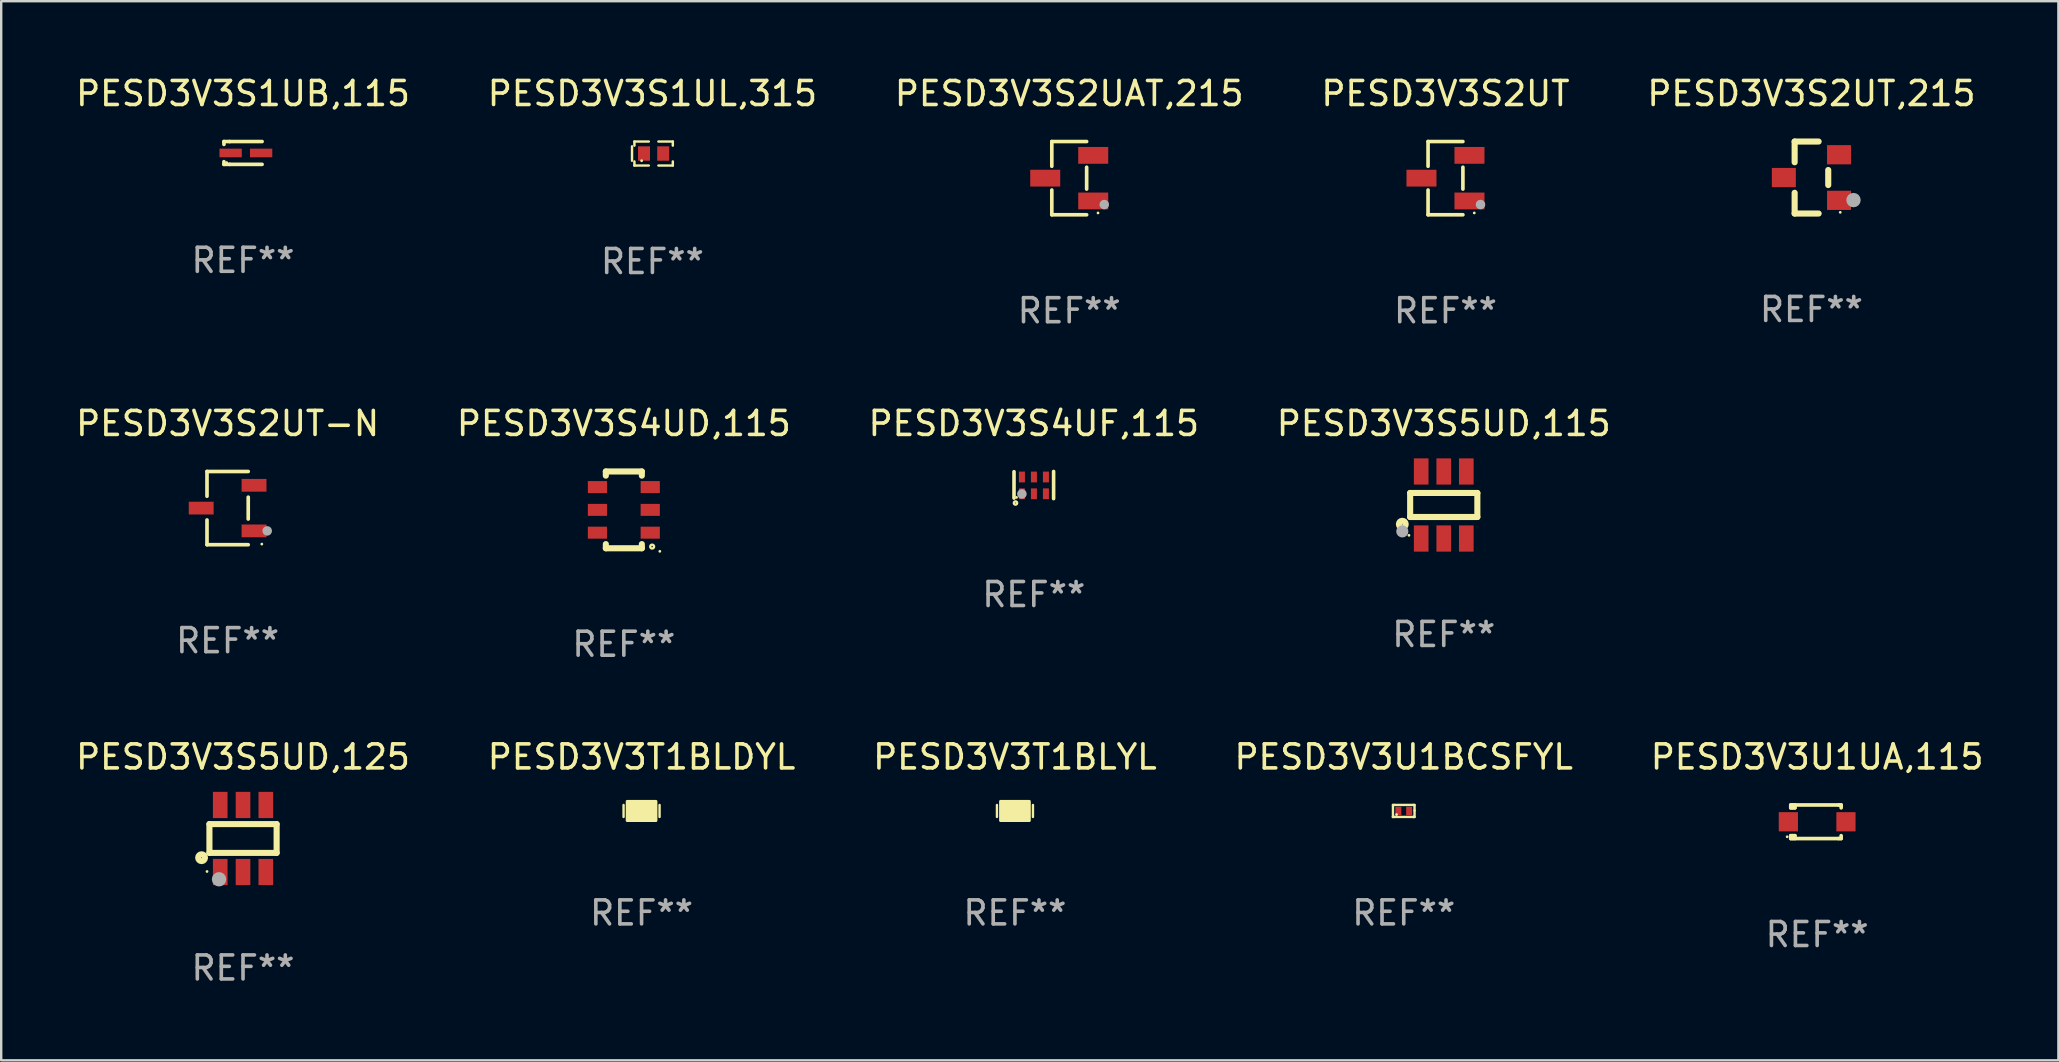
<source format=kicad_pcb>
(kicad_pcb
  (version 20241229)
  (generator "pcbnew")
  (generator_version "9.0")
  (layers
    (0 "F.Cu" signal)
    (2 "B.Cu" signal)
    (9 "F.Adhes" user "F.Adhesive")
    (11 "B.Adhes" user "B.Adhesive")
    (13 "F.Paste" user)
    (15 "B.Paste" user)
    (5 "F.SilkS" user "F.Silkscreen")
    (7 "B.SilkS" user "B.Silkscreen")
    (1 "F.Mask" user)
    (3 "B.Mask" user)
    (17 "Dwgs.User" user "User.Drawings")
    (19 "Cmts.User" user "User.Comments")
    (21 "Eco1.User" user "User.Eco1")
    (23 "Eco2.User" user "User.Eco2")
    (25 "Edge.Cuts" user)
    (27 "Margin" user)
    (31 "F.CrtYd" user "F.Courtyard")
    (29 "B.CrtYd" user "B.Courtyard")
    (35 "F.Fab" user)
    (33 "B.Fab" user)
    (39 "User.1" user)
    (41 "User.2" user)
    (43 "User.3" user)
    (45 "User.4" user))
  (footprint "PESD3V3U1UA,115"
    (layer "F.Cu")
    (at 72.673 31.194)
    (property "Reference" "PESD3V3U1UA,115" (at 0 -2.7 0) (layer "F.SilkS") (effects (font (size 1 1) (thickness 0.15))))
    (attr through_hole)
    (fp_line (start -1.1 -0.7) (end -1.1 -0.58) (stroke (width 0.152) (type solid)) (layer "F.SilkS"))
    (fp_line (start -1.1 0.58) (end -1.1 0.7) (stroke (width 0.152) (type solid)) (layer "F.SilkS"))
    (fp_line (start -1.1 0.58) (end -0.927 0.58) (stroke (width 0.152) (type solid)) (layer "F.SilkS"))
    (fp_line (start -1.1 0.7) (end 0.9 0.7) (stroke (width 0.152) (type solid)) (layer "F.SilkS"))
    (fp_line (start -1.014 -0.58) (end -1.014 -0.7) (stroke (width 0.152) (type solid)) (layer "F.SilkS"))
    (fp_line (start -1.014 0.7) (end -1.014 0.58) (stroke (width 0.152) (type solid)) (layer "F.SilkS"))
    (fp_line (start -0.927 -0.7) (end -0.927 -0.58) (stroke (width 0.152) (type solid)) (layer "F.SilkS"))
    (fp_line (start -0.927 -0.58) (end -1.1 -0.58) (stroke (width 0.152) (type solid)) (layer "F.SilkS"))
    (fp_line (start -0.927 0.58) (end -0.927 0.7) (stroke (width 0.152) (type solid)) (layer "F.SilkS"))
    (fp_line (start 0.9 -0.7) (end -1.1 -0.7) (stroke (width 0.152) (type solid)) (layer "F.SilkS"))
    (fp_line (start 0.9 0.7) (end 1 0.7) (stroke (width 0.152) (type solid)) (layer "F.SilkS"))
    (fp_line (start 1 -0.7) (end 0.9 -0.7) (stroke (width 0.152) (type solid)) (layer "F.SilkS"))
    (fp_line (start 1 -0.58) (end 1 -0.7) (stroke (width 0.152) (type solid)) (layer "F.SilkS"))
    (fp_line (start 1 0.7) (end 1 0.58) (stroke (width 0.152) (type solid)) (layer "F.SilkS"))
    (fp_circle (center -1.25 0.625) (end -1.22 0.625) (stroke (width 0.06) (type solid)) (fill no) (layer "F.SilkS"))
    (fp_text user "REF**" (at 0 4.7 0) (layer "F.Fab") (effects (font (size 1 1) (thickness 0.15))))
    (pad "1" smd rect (at -1.2 0) (size 0.8 0.8) (layers "F.Cu" "F.Mask" "F.Paste"))
    (pad "2" smd rect (at 1.2 0) (size 0.8 0.8) (layers "F.Cu" "F.Mask" "F.Paste")))
  (footprint "PESD3V3S2UAT,215"
    (layer "F.Cu")
    (at 41.506 4.374)
    (property "Reference" "PESD3V3S2UAT,215" (at 0 -3.526 0) (layer "F.SilkS") (effects (font (size 1 1) (thickness 0.15))))
    (attr through_hole)
    (fp_line (start -0.726 -1.526) (end -0.726 -0.495) (stroke (width 0.152) (type solid)) (layer "F.SilkS"))
    (fp_line (start -0.726 1.526) (end -0.726 0.495) (stroke (width 0.152) (type solid)) (layer "F.SilkS"))
    (fp_line (start 0.726 -1.526) (end -0.726 -1.526) (stroke (width 0.152) (type solid)) (layer "F.SilkS"))
    (fp_line (start 0.726 -0.455) (end 0.726 0.455) (stroke (width 0.152) (type solid)) (layer "F.SilkS"))
    (fp_line (start 0.726 1.526) (end -0.726 1.526) (stroke (width 0.152) (type solid)) (layer "F.SilkS"))
    (fp_circle (center 1.2 1.45) (end 1.23 1.45) (stroke (width 0.06) (type solid)) (fill no) (layer "F.SilkS"))
    (fp_circle (center 1.46 1.1) (end 1.56 1.1) (stroke (width 0.2) (type solid)) (fill no) (layer "F.Fab"))
    (fp_text user "REF**" (at 0 5.526 0) (layer "F.Fab") (effects (font (size 1 1) (thickness 0.15))))
    (pad "1" smd rect (at 1 0.95) (size 1.25 0.7) (layers "F.Cu" "F.Mask" "F.Paste"))
    (pad "2" smd rect (at 1 -0.95) (size 1.25 0.7) (layers "F.Cu" "F.Mask" "F.Paste"))
    (pad "3" smd rect (at -1 0) (size 1.25 0.7) (layers "F.Cu" "F.Mask" "F.Paste")))
  (footprint "PESD3V3S1UL,315"
    (layer "F.Cu")
    (at 24.137 3.348)
    (property "Reference" "PESD3V3S1UL,315" (at 0 -2.5 0) (layer "F.SilkS") (effects (font (size 1 1) (thickness 0.15))))
    (attr through_hole)
    (fp_line (start -0.85 -0.3) (end -0.85 0.3) (stroke (width 0.102) (type solid)) (layer "F.SilkS"))
    (fp_line (start -0.75 -0.5) (end -0.75 -0.329) (stroke (width 0.102) (type solid)) (layer "F.SilkS"))
    (fp_line (start -0.75 0.329) (end -0.75 0.5) (stroke (width 0.102) (type solid)) (layer "F.SilkS"))
    (fp_line (start -0.75 0.5) (end -0.15 0.5) (stroke (width 0.102) (type solid)) (layer "F.SilkS"))
    (fp_line (start -0.15 -0.5) (end -0.75 -0.5) (stroke (width 0.102) (type solid)) (layer "F.SilkS"))
    (fp_line (start 0.25 -0.5) (end 0.85 -0.5) (stroke (width 0.102) (type solid)) (layer "F.SilkS"))
    (fp_line (start 0.85 -0.5) (end 0.85 -0.33) (stroke (width 0.102) (type solid)) (layer "F.SilkS"))
    (fp_line (start 0.85 0.33) (end 0.85 0.5) (stroke (width 0.102) (type solid)) (layer "F.SilkS"))
    (fp_line (start 0.85 0.5) (end 0.25 0.5) (stroke (width 0.102) (type solid)) (layer "F.SilkS"))
    (fp_circle (center -0.45 0.3) (end -0.42 0.3) (stroke (width 0.06) (type solid)) (fill no) (layer "F.SilkS"))
    (fp_text user "REF**" (at 0 4.5 0) (layer "F.Fab") (effects (font (size 1 1) (thickness 0.15))))
    (pad "1" smd rect (at -0.35 0) (size 0.5 0.6) (layers "F.Cu" "F.Mask" "F.Paste"))
    (pad "2" smd rect (at 0.45 0) (size 0.5 0.6) (layers "F.Cu" "F.Mask" "F.Paste")))
  (footprint "PESD3V3T1BLDYL"
    (layer "F.Cu")
    (at 23.685 30.744)
    (property "Reference" "PESD3V3T1BLDYL" (at 0 -2.25 0) (layer "F.SilkS") (effects (font (size 1 1) (thickness 0.15))))
    (attr through_hole)
    (fp_line (start -0.75 0.25) (end -0.75 -0.25) (stroke (width 0.1) (type solid)) (layer "F.SilkS"))
    (fp_line (start 0.75 -0.25) (end 0.75 0.25) (stroke (width 0.1) (type solid)) (layer "F.SilkS"))
    (fp_circle (center -0.5 0.3) (end -0.47 0.3) (stroke (width 0.06) (type solid)) (fill no) (layer "F.SilkS"))
    (fp_poly (pts (xy -0.6 -0.4) (xy 0.6 -0.4) (xy 0.6 0.4) (xy -0.6 0.4)) (stroke (width 0.12) (type solid)) (fill yes) (layer "F.SilkS"))
    (fp_text user "REF**" (at 0 4.25 0) (layer "F.Fab") (effects (font (size 1 1) (thickness 0.15))))
    (pad "1" smd rect (at -0.325 -0.000013) (size 0.3 0.6) (layers "F.Cu" "F.Mask" "F.Paste"))
    (pad "2" smd rect (at 0.325 -0.000013) (size 0.3 0.6) (layers "F.Cu" "F.Mask" "F.Paste")))
  (footprint "PESD3V3S2UT,215"
    (layer "F.Cu")
    (at 72.435 4.348)
    (property "Reference" "PESD3V3S2UT,215" (at 0 -3.5 0) (layer "F.SilkS") (effects (font (size 1 1) (thickness 0.15))))
    (attr through_hole)
    (fp_line (start -0.7 -1.5) (end 0.3 -1.5) (stroke (width 0.254) (type solid)) (layer "F.SilkS"))
    (fp_line (start -0.7 -0.636) (end -0.7 -1.5) (stroke (width 0.254) (type solid)) (layer "F.SilkS"))
    (fp_line (start -0.7 1.5) (end -0.7 0.636) (stroke (width 0.254) (type solid)) (layer "F.SilkS"))
    (fp_line (start -0.7 1.5) (end 0.3 1.5) (stroke (width 0.254) (type solid)) (layer "F.SilkS"))
    (fp_line (start 0.7 0.314) (end 0.7 -0.314) (stroke (width 0.254) (type solid)) (layer "F.SilkS"))
    (fp_circle (center 1.2 1.45) (end 1.23 1.45) (stroke (width 0.06) (type solid)) (fill no) (layer "F.SilkS"))
    (fp_circle (center 1.753 0.94) (end 1.903 0.94) (stroke (width 0.3) (type solid)) (fill no) (layer "F.Fab"))
    (fp_text user "REF**" (at 0 5.5 0) (layer "F.Fab") (effects (font (size 1 1) (thickness 0.15))))
    (pad "1" smd rect (at 1.15 0.95 180) (size 1 0.8) (layers "F.Cu" "F.Mask" "F.Paste"))
    (pad "2" smd rect (at 1.15 -0.95 180) (size 1 0.8) (layers "F.Cu" "F.Mask" "F.Paste"))
    (pad "3" smd rect (at -1.15 -0.000051 180) (size 1 0.8) (layers "F.Cu" "F.Mask" "F.Paste")))
  (footprint "PESD3V3U1BCSFYL"
    (layer "F.Cu")
    (at 55.446 30.744)
    (property "Reference" "PESD3V3U1BCSFYL" (at 0 -2.25 0) (layer "F.SilkS") (effects (font (size 1 1) (thickness 0.15))))
    (attr through_hole)
    (fp_line (start -0.45 -0.25) (end -0.45 0.25) (stroke (width 0.1) (type solid)) (layer "F.SilkS"))
    (fp_line (start -0.45 0.25) (end -0.45 0.25) (stroke (width 0.1) (type solid)) (layer "F.SilkS"))
    (fp_line (start -0.4 -0.25) (end -0.45 -0.25) (stroke (width 0.1) (type solid)) (layer "F.SilkS"))
    (fp_line (start -0.4 -0.25) (end 0.4 -0.25) (stroke (width 0.1) (type solid)) (layer "F.SilkS"))
    (fp_line (start -0.4 0.25) (end -0.45 0.25) (stroke (width 0.1) (type solid)) (layer "F.SilkS"))
    (fp_line (start -0.4 0.25) (end 0.4 0.25) (stroke (width 0.1) (type solid)) (layer "F.SilkS"))
    (fp_line (start 0.4 -0.25) (end 0.45 -0.25) (stroke (width 0.1) (type solid)) (layer "F.SilkS"))
    (fp_line (start 0.4 0.25) (end 0.4 0.25) (stroke (width 0.1) (type solid)) (layer "F.SilkS"))
    (fp_line (start 0.45 -0.25) (end 0.45 -0.018) (stroke (width 0.1) (type solid)) (layer "F.SilkS"))
    (fp_line (start 0.45 -0.018) (end 0.45 0.25) (stroke (width 0.1) (type solid)) (layer "F.SilkS"))
    (fp_line (start 0.45 0.25) (end 0.4 0.25) (stroke (width 0.1) (type solid)) (layer "F.SilkS"))
    (fp_circle (center -0.3 0.15) (end -0.27 0.15) (stroke (width 0.06) (type solid)) (fill no) (layer "F.SilkS"))
    (fp_text user "REF**" (at 0 4.25 0) (layer "F.Fab") (effects (font (size 1 1) (thickness 0.15))))
    (pad "1" smd rect (at -0.225 0) (size 0.25 0.35) (layers "F.Cu" "F.Mask" "F.Paste"))
    (pad "2" smd rect (at 0.225 0) (size 0.25 0.35) (layers "F.Cu" "F.Mask" "F.Paste")))
  (footprint "PESD3V3S5UD,115"
    (layer "F.Cu")
    (at 57.113 17.994)
    (property "Reference" "PESD3V3S5UD,115" (at 0 -3.397 0) (layer "F.SilkS") (effects (font (size 1 1) (thickness 0.15))))
    (attr through_hole)
    (fp_line (start -1.4 -0.501) (end -1.4 0.5) (stroke (width 0.254) (type solid)) (layer "F.SilkS"))
    (fp_line (start -1.4 0.5) (end 1.4 0.5) (stroke (width 0.254) (type solid)) (layer "F.SilkS"))
    (fp_line (start 1.4 -0.501) (end -1.4 -0.501) (stroke (width 0.254) (type solid)) (layer "F.SilkS"))
    (fp_line (start 1.4 0.5) (end 1.4 -0.501) (stroke (width 0.254) (type solid)) (layer "F.SilkS"))
    (fp_circle (center -1.727 0.8) (end -1.585 0.8) (stroke (width 0.254) (type solid)) (fill no) (layer "F.SilkS"))
    (fp_circle (center -1.45 1.263) (end -1.42 1.263) (stroke (width 0.06) (type solid)) (fill no) (layer "F.SilkS"))
    (fp_circle (center -1.727 1.1) (end -1.6 1.1) (stroke (width 0.254) (type solid)) (fill no) (layer "F.Fab"))
    (fp_text user "REF**" (at 0 5.397 0) (layer "F.Fab") (effects (font (size 1 1) (thickness 0.15))))
    (pad "1" smd rect (at -0.94 1.397 180) (size 0.61 1.092) (layers "F.Cu" "F.Mask" "F.Paste"))
    (pad "2" smd rect (at 0.000127 1.397 180) (size 0.61 1.092) (layers "F.Cu" "F.Mask" "F.Paste"))
    (pad "3" smd rect (at 0.94 1.397 180) (size 0.61 1.092) (layers "F.Cu" "F.Mask" "F.Paste"))
    (pad "4" smd rect (at 0.94 -1.397 180) (size 0.61 1.092) (layers "F.Cu" "F.Mask" "F.Paste"))
    (pad "5" smd rect (at 0.000127 -1.397 180) (size 0.61 1.092) (layers "F.Cu" "F.Mask" "F.Paste"))
    (pad "6" smd rect (at -0.94 -1.397 180) (size 0.61 1.092) (layers "F.Cu" "F.Mask" "F.Paste")))
  (footprint "PESD3V3S4UD,115"
    (layer "F.Cu")
    (at 22.946 18.197)
    (property "Reference" "PESD3V3S4UD,115" (at 0 -3.6 0) (layer "F.SilkS") (effects (font (size 1 1) (thickness 0.15))))
    (attr through_hole)
    (fp_line (start -0.75 -1.6) (end -0.75 -1.426) (stroke (width 0.254) (type solid)) (layer "F.SilkS"))
    (fp_line (start -0.75 -1.6) (end 0.75 -1.6) (stroke (width 0.254) (type solid)) (layer "F.SilkS"))
    (fp_line (start -0.75 1.426) (end -0.75 1.6) (stroke (width 0.254) (type solid)) (layer "F.SilkS"))
    (fp_line (start -0.75 1.6) (end 0.75 1.6) (stroke (width 0.254) (type solid)) (layer "F.SilkS"))
    (fp_line (start 0.75 -1.6) (end 0.75 -1.426) (stroke (width 0.254) (type solid)) (layer "F.SilkS"))
    (fp_line (start 0.75 1.426) (end 0.75 1.6) (stroke (width 0.254) (type solid)) (layer "F.SilkS"))
    (fp_circle (center 1.18 1.53) (end 1.26 1.53) (stroke (width 0.1) (type solid)) (fill no) (layer "F.SilkS"))
    (fp_circle (center 1.5 1.727) (end 1.53 1.727) (stroke (width 0.06) (type solid)) (fill no) (layer "F.SilkS"))
    (fp_text user "REF**" (at 0 5.6 0) (layer "F.Fab") (effects (font (size 1 1) (thickness 0.15))))
    (pad "1" smd rect (at 1.1 0.95 90) (size 0.5 0.8) (layers "F.Cu" "F.Mask" "F.Paste"))
    (pad "2" smd rect (at 1.1 0 90) (size 0.5 0.8) (layers "F.Cu" "F.Mask" "F.Paste"))
    (pad "3" smd rect (at 1.1 -0.95 90) (size 0.5 0.8) (layers "F.Cu" "F.Mask" "F.Paste"))
    (pad "4" smd rect (at -1.1 -0.95 90) (size 0.5 0.8) (layers "F.Cu" "F.Mask" "F.Paste"))
    (pad "5" smd rect (at -1.1 0 90) (size 0.5 0.8) (layers "F.Cu" "F.Mask" "F.Paste"))
    (pad "6" smd rect (at -1.1 0.95 90) (size 0.5 0.8) (layers "F.Cu" "F.Mask" "F.Paste")))
  (footprint "PESD3V3S2UT"
    (layer "F.Cu")
    (at 57.185 4.374)
    (property "Reference" "PESD3V3S2UT" (at 0 -3.526 0) (layer "F.SilkS") (effects (font (size 1 1) (thickness 0.15))))
    (attr through_hole)
    (fp_line (start -0.726 -1.526) (end -0.726 -0.495) (stroke (width 0.152) (type solid)) (layer "F.SilkS"))
    (fp_line (start -0.726 1.526) (end -0.726 0.495) (stroke (width 0.152) (type solid)) (layer "F.SilkS"))
    (fp_line (start 0.726 -1.526) (end -0.726 -1.526) (stroke (width 0.152) (type solid)) (layer "F.SilkS"))
    (fp_line (start 0.726 -0.455) (end 0.726 0.455) (stroke (width 0.152) (type solid)) (layer "F.SilkS"))
    (fp_line (start 0.726 1.526) (end -0.726 1.526) (stroke (width 0.152) (type solid)) (layer "F.SilkS"))
    (fp_circle (center 1.2 1.45) (end 1.23 1.45) (stroke (width 0.06) (type solid)) (fill no) (layer "F.SilkS"))
    (fp_circle (center 1.46 1.1) (end 1.56 1.1) (stroke (width 0.2) (type solid)) (fill no) (layer "F.Fab"))
    (fp_text user "REF**" (at 0 5.526 0) (layer "F.Fab") (effects (font (size 1 1) (thickness 0.15))))
    (pad "1" smd rect (at 1 0.95) (size 1.25 0.7) (layers "F.Cu" "F.Mask" "F.Paste"))
    (pad "2" smd rect (at 1 -0.95) (size 1.25 0.7) (layers "F.Cu" "F.Mask" "F.Paste"))
    (pad "3" smd rect (at -1 0) (size 1.25 0.7) (layers "F.Cu" "F.Mask" "F.Paste")))
  (footprint "PESD3V3S2UT-N"
    (layer "F.Cu")
    (at 6.435 18.123)
    (property "Reference" "PESD3V3S2UT-N" (at 0 -3.526 0) (layer "F.SilkS") (effects (font (size 1 1) (thickness 0.15))))
    (attr through_hole)
    (fp_line (start -0.859 -1.526) (end -0.859 -0.495) (stroke (width 0.152) (type solid)) (layer "F.SilkS"))
    (fp_line (start -0.859 1.526) (end -0.859 0.495) (stroke (width 0.152) (type solid)) (layer "F.SilkS"))
    (fp_line (start 0.859 -1.526) (end -0.859 -1.526) (stroke (width 0.152) (type solid)) (layer "F.SilkS"))
    (fp_line (start 0.859 -0.455) (end 0.859 0.455) (stroke (width 0.152) (type solid)) (layer "F.SilkS"))
    (fp_line (start 0.859 1.526) (end -0.859 1.526) (stroke (width 0.152) (type solid)) (layer "F.SilkS"))
    (fp_circle (center 1.425 1.5) (end 1.455 1.5) (stroke (width 0.06) (type solid)) (fill no) (layer "F.SilkS"))
    (fp_circle (center 1.65 0.95) (end 1.75 0.95) (stroke (width 0.2) (type solid)) (fill no) (layer "F.Fab"))
    (fp_text user "REF**" (at 0 5.526 0) (layer "F.Fab") (effects (font (size 1 1) (thickness 0.15))))
    (pad "1" smd rect (at 1.101 0.95) (size 1.037 0.532) (layers "F.Cu" "F.Mask" "F.Paste"))
    (pad "2" smd rect (at 1.101 -0.95) (size 1.037 0.532) (layers "F.Cu" "F.Mask" "F.Paste"))
    (pad "3" smd rect (at -1.101 0) (size 1.037 0.532) (layers "F.Cu" "F.Mask" "F.Paste")))
  (footprint "PESD3V3S4UF,115"
    (layer "F.Cu")
    (at 40.03 17.162)
    (property "Reference" "PESD3V3S4UF,115" (at 0 -2.565 0) (layer "F.SilkS") (effects (font (size 1 1) (thickness 0.15))))
    (attr through_hole)
    (fp_line (start -0.825 -0.555) (end -0.825 0.545) (stroke (width 0.15) (type solid)) (layer "F.SilkS"))
    (fp_line (start 0.825 -0.565) (end 0.825 0.565) (stroke (width 0.15) (type solid)) (layer "F.SilkS"))
    (fp_circle (center -0.763 0.749) (end -0.695 0.749) (stroke (width 0.1) (type solid)) (fill no) (layer "F.SilkS"))
    (fp_circle (center -0.72 0.515) (end -0.69 0.515) (stroke (width 0.06) (type solid)) (fill no) (layer "F.SilkS"))
    (fp_circle (center -0.496 0.371) (end -0.396 0.371) (stroke (width 0.2) (type solid)) (fill no) (layer "F.Fab"))
    (fp_text user "REF**" (at 0 4.565 0) (layer "F.Fab") (effects (font (size 1 1) (thickness 0.15))))
    (pad "1" smd rect (at -0.495 0.365) (size 0.25 0.45) (layers "F.Cu" "F.Mask" "F.Paste"))
    (pad "2" smd rect (at 0.005 0.365) (size 0.25 0.45) (layers "F.Cu" "F.Mask" "F.Paste"))
    (pad "3" smd rect (at 0.505 0.365) (size 0.25 0.45) (layers "F.Cu" "F.Mask" "F.Paste"))
    (pad "4" smd rect (at 0.505 -0.335) (size 0.25 0.45) (layers "F.Cu" "F.Mask" "F.Paste"))
    (pad "5" smd rect (at 0.005 -0.335) (size 0.25 0.45) (layers "F.Cu" "F.Mask" "F.Paste"))
    (pad "6" smd rect (at -0.495 -0.335) (size 0.25 0.45) (layers "F.Cu" "F.Mask" "F.Paste")))
  (footprint "PESD3V3S5UD,125"
    (layer "F.Cu")
    (at 7.077 31.891)
    (property "Reference" "PESD3V3S5UD,125" (at 0 -3.397 0) (layer "F.SilkS") (effects (font (size 1 1) (thickness 0.15))))
    (attr through_hole)
    (fp_line (start -1.4 -0.6) (end 1.4 -0.6) (stroke (width 0.254) (type solid)) (layer "F.SilkS"))
    (fp_line (start -1.4 0.6) (end -1.4 -0.6) (stroke (width 0.254) (type solid)) (layer "F.SilkS"))
    (fp_line (start -1.4 0.6) (end 1.4 0.6) (stroke (width 0.254) (type solid)) (layer "F.SilkS"))
    (fp_line (start 1.4 -0.6) (end 1.4 0.6) (stroke (width 0.254) (type solid)) (layer "F.SilkS"))
    (fp_circle (center -1.727 0.8) (end -1.585 0.8) (stroke (width 0.254) (type solid)) (fill no) (layer "F.SilkS"))
    (fp_circle (center -1.5 1.375) (end -1.47 1.375) (stroke (width 0.06) (type solid)) (fill no) (layer "F.SilkS"))
    (fp_circle (center -1 1.7) (end -0.85 1.7) (stroke (width 0.3) (type solid)) (fill no) (layer "F.Fab"))
    (fp_text user "REF**" (at 0 5.397 0) (layer "F.Fab") (effects (font (size 1 1) (thickness 0.15))))
    (pad "1" smd rect (at -0.95 1.397 180) (size 0.61 1.092) (layers "F.Cu" "F.Mask" "F.Paste"))
    (pad "2" smd rect (at 0 1.397 180) (size 0.61 1.092) (layers "F.Cu" "F.Mask" "F.Paste"))
    (pad "3" smd rect (at 0.95 1.397 180) (size 0.61 1.092) (layers "F.Cu" "F.Mask" "F.Paste"))
    (pad "4" smd rect (at 0.95 -1.397 180) (size 0.61 1.092) (layers "F.Cu" "F.Mask" "F.Paste"))
    (pad "5" smd rect (at 0 -1.397 180) (size 0.61 1.092) (layers "F.Cu" "F.Mask" "F.Paste"))
    (pad "6" smd rect (at -0.95 -1.397 180) (size 0.61 1.092) (layers "F.Cu" "F.Mask" "F.Paste")))
  (footprint "PESD3V3T1BLYL"
    (layer "F.Cu")
    (at 39.244 30.744)
    (property "Reference" "PESD3V3T1BLYL" (at 0 -2.25 0) (layer "F.SilkS") (effects (font (size 1 1) (thickness 0.15))))
    (attr through_hole)
    (fp_line (start -0.75 0.25) (end -0.75 -0.25) (stroke (width 0.1) (type solid)) (layer "F.SilkS"))
    (fp_line (start 0.75 -0.25) (end 0.75 0.25) (stroke (width 0.1) (type solid)) (layer "F.SilkS"))
    (fp_circle (center -0.5 0.3) (end -0.47 0.3) (stroke (width 0.06) (type solid)) (fill no) (layer "F.SilkS"))
    (fp_poly (pts (xy -0.6 -0.4) (xy 0.6 -0.4) (xy 0.6 0.4) (xy -0.6 0.4)) (stroke (width 0.12) (type solid)) (fill yes) (layer "F.SilkS"))
    (fp_text user "REF**" (at 0 4.25 0) (layer "F.Fab") (effects (font (size 1 1) (thickness 0.15))))
    (pad "1" smd rect (at -0.325 -0.000013) (size 0.3 0.6) (layers "F.Cu" "F.Mask" "F.Paste"))
    (pad "2" smd rect (at 0.325 -0.000013) (size 0.3 0.6) (layers "F.Cu" "F.Mask" "F.Paste")))
  (footprint "PESD3V3S1UB,115"
    (layer "F.Cu")
    (at 7.077 3.324)
    (property "Reference" "PESD3V3S1UB,115" (at 0 -2.476 0) (layer "F.SilkS") (effects (font (size 1 1) (thickness 0.15))))
    (attr through_hole)
    (fp_line (start -0.795 -0.476) (end -0.795 -0.356) (stroke (width 0.152) (type solid)) (layer "F.SilkS"))
    (fp_line (start -0.795 0.363) (end -0.795 0.476) (stroke (width 0.152) (type solid)) (layer "F.SilkS"))
    (fp_line (start -0.795 0.476) (end -0.557 0.476) (stroke (width 0.152) (type solid)) (layer "F.SilkS"))
    (fp_line (start -0.557 -0.476) (end -0.795 -0.476) (stroke (width 0.152) (type solid)) (layer "F.SilkS"))
    (fp_line (start -0.557 -0.476) (end 0.795 -0.476) (stroke (width 0.152) (type solid)) (layer "F.SilkS"))
    (fp_line (start -0.557 0.476) (end 0.795 0.476) (stroke (width 0.152) (type solid)) (layer "F.SilkS"))
    (fp_circle (center -0.681 0.4) (end -0.651 0.4) (stroke (width 0.06) (type solid)) (fill no) (layer "F.SilkS"))
    (fp_text user "REF**" (at 0 4.476 0) (layer "F.Fab") (effects (font (size 1 1) (thickness 0.15))))
    (pad "1" smd rect (at -0.516 0 180) (size 0.93 0.36) (layers "F.Cu" "F.Mask" "F.Paste"))
    (pad "2" smd rect (at 0.754 0 180) (size 0.93 0.36) (layers "F.Cu" "F.Mask" "F.Paste")))
  (gr_rect
    (start -3 -3)
    (end 82.726 41.136)
    (stroke (width 0.1) (type default))
    (fill no)
    (layer "Edge.Cuts")))
</source>
